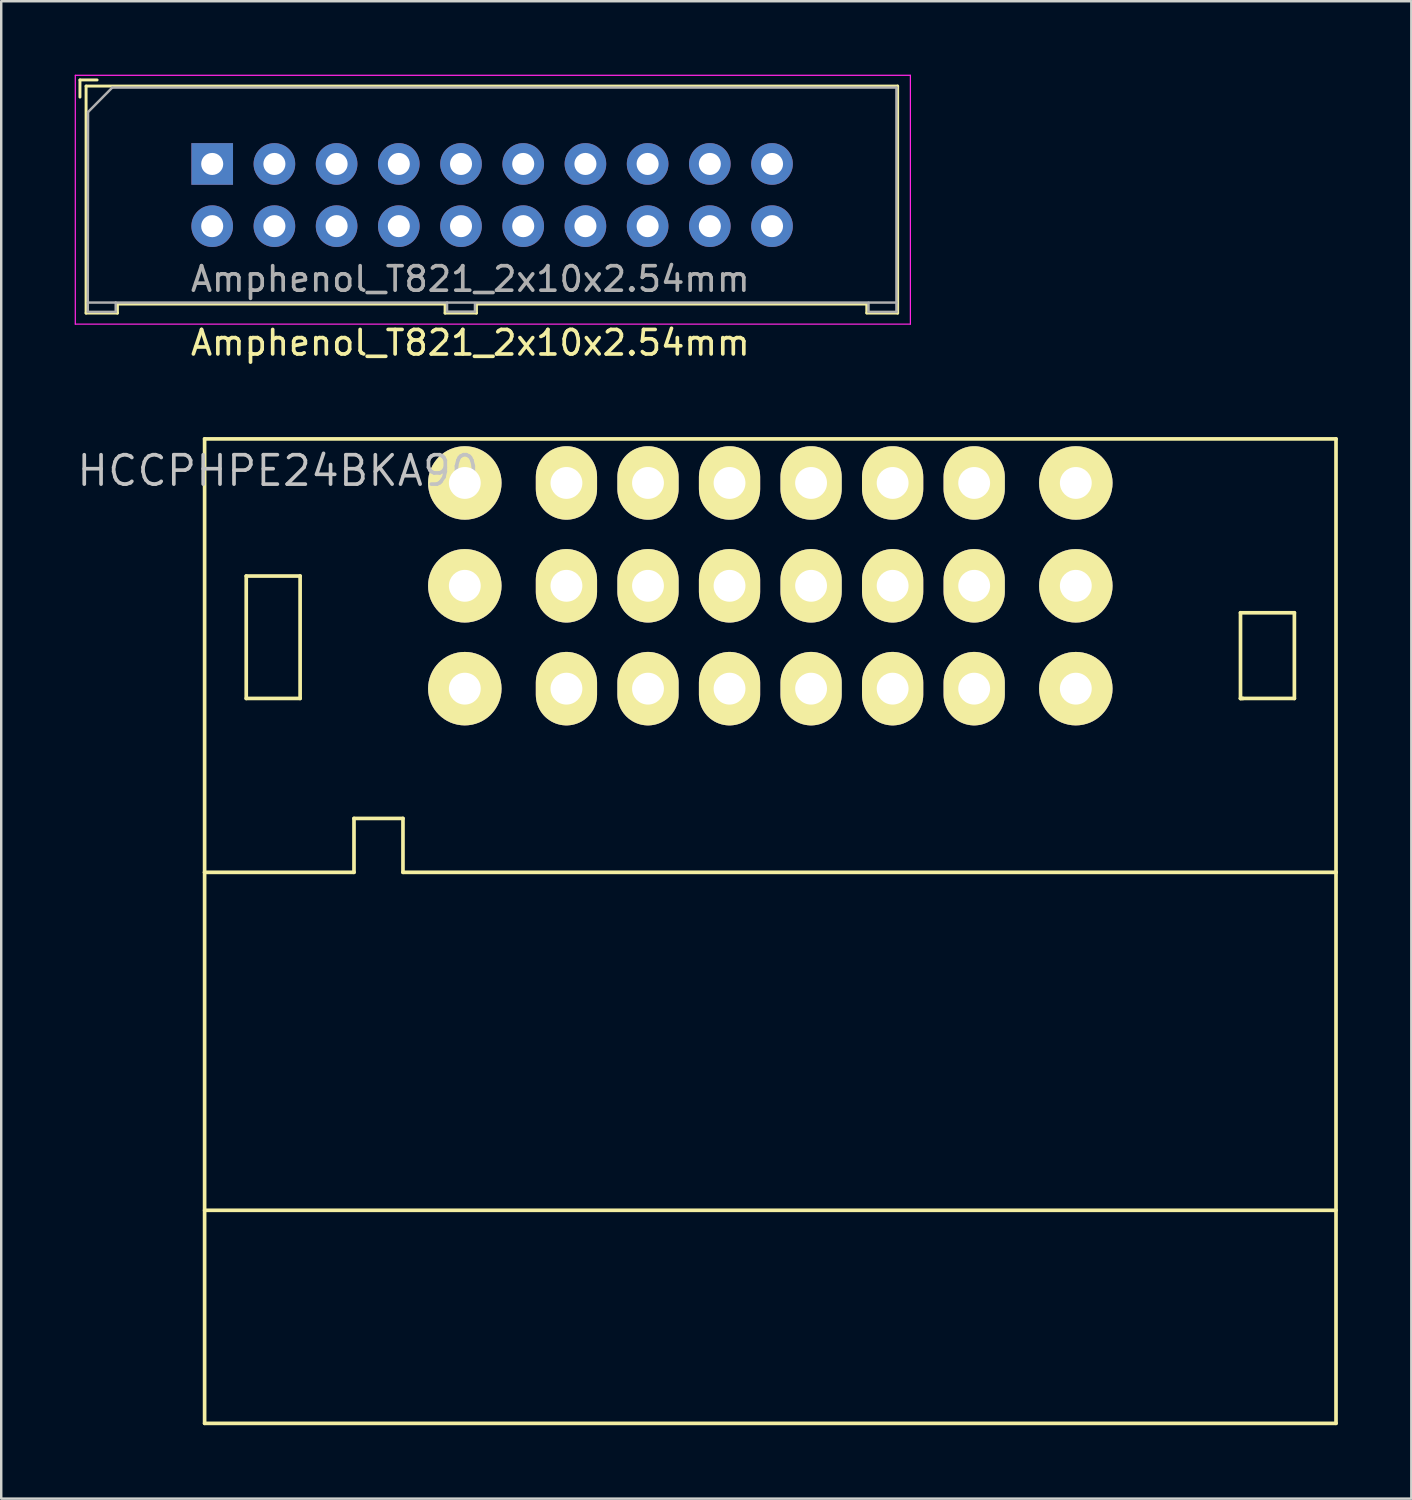
<source format=kicad_pcb>
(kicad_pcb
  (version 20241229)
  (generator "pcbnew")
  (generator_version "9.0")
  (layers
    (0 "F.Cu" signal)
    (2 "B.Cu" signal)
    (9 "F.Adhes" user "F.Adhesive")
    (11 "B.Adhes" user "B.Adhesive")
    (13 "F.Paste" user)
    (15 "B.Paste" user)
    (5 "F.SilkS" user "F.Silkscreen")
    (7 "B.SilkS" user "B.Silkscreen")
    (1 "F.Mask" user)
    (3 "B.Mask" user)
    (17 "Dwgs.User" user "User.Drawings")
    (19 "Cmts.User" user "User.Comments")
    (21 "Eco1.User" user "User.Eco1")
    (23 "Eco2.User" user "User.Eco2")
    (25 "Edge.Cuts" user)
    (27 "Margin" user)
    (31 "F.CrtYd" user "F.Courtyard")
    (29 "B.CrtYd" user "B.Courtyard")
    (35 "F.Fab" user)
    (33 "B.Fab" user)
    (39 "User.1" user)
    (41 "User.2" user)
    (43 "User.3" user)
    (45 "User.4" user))
  (footprint "HCCPHPE24BKA90"
    (layer "F.Cu")
    (at 28.405 20.871)
    (property "Reference" "HCCPHPE24BKA90" (at -20.1 -4.7 0) (layer "Dwgs.User") (effects (font (size 1.2 1.2) (thickness 0.15))))
    (attr through_hole)
    (fp_line (start -23.1 -6) (end 23.1 -6) (stroke (width 0.15) (type solid)) (layer "F.SilkS"))
    (fp_line (start -23.1 11.7) (end -23.1 -6) (stroke (width 0.15) (type solid)) (layer "F.SilkS"))
    (fp_line (start -23.1 11.7) (end -23.1 34.2) (stroke (width 0.15) (type solid)) (layer "F.SilkS"))
    (fp_line (start -23.1 11.7) (end -17 11.7) (stroke (width 0.15) (type solid)) (layer "F.SilkS"))
    (fp_line (start -23.1 34.2) (end 23.1 34.2) (stroke (width 0.15) (type solid)) (layer "F.SilkS"))
    (fp_line (start -21.4 -0.4) (end -19.2 -0.4) (stroke (width 0.15) (type solid)) (layer "F.SilkS"))
    (fp_line (start -21.4 4.6) (end -21.4 -0.4) (stroke (width 0.15) (type solid)) (layer "F.SilkS"))
    (fp_line (start -19.2 -0.4) (end -19.2 4.6) (stroke (width 0.15) (type solid)) (layer "F.SilkS"))
    (fp_line (start -19.2 4.6) (end -21.4 4.6) (stroke (width 0.15) (type solid)) (layer "F.SilkS"))
    (fp_line (start -17 9.5) (end -17 11.7) (stroke (width 0.15) (type solid)) (layer "F.SilkS"))
    (fp_line (start -15 9.5) (end -17 9.5) (stroke (width 0.15) (type solid)) (layer "F.SilkS"))
    (fp_line (start -15 11.7) (end -15 9.5) (stroke (width 0.15) (type solid)) (layer "F.SilkS"))
    (fp_line (start -15 11.7) (end 23.1 11.7) (stroke (width 0.15) (type solid)) (layer "F.SilkS"))
    (fp_line (start 19.2 1.1) (end 19.2 4.6) (stroke (width 0.15) (type solid)) (layer "F.SilkS"))
    (fp_line (start 19.2 4.6) (end 19.3 4.6) (stroke (width 0.15) (type solid)) (layer "F.SilkS"))
    (fp_line (start 19.2 4.6) (end 21.4 4.6) (stroke (width 0.15) (type solid)) (layer "F.SilkS"))
    (fp_line (start 21.4 1.1) (end 19.2 1.1) (stroke (width 0.15) (type solid)) (layer "F.SilkS"))
    (fp_line (start 21.4 4.6) (end 21.4 1.1) (stroke (width 0.15) (type solid)) (layer "F.SilkS"))
    (fp_line (start 23.1 -6) (end 23.1 11.7) (stroke (width 0.15) (type solid)) (layer "F.SilkS"))
    (fp_line (start 23.1 25.5) (end -23.1 25.5) (stroke (width 0.15) (type solid)) (layer "F.SilkS"))
    (fp_line (start 23.1 34.2) (end 23.1 11.7) (stroke (width 0.15) (type solid)) (layer "F.SilkS"))
    (pad "1A" thru_hole oval (at 12.475 -4.2 270) (size 3 3) (drill 1.3) (layers "*.Cu" "*.Mask" "F.SilkS"))
    (pad "1B" thru_hole oval (at 12.475 0 270) (size 3 3) (drill 1.3) (layers "*.Cu" "*.Mask" "F.SilkS"))
    (pad "1C" thru_hole oval (at 12.475 4.2 270) (size 3 3) (drill 1.3) (layers "*.Cu" "*.Mask" "F.SilkS"))
    (pad "2A" thru_hole oval (at 8.325 -4.2 270) (size 3 2.5) (drill 1.3) (layers "*.Cu" "*.Mask" "F.SilkS"))
    (pad "2B" thru_hole oval (at 8.325 0 270) (size 3 2.5) (drill 1.3) (layers "*.Cu" "*.Mask" "F.SilkS"))
    (pad "2C" thru_hole oval (at 8.325 4.2 270) (size 3 2.5) (drill 1.3) (layers "*.Cu" "*.Mask" "F.SilkS"))
    (pad "3A" thru_hole oval (at 4.995 -4.2 270) (size 3 2.5) (drill 1.3) (layers "*.Cu" "*.Mask" "F.SilkS"))
    (pad "3B" thru_hole oval (at 4.995 0 270) (size 3 2.5) (drill 1.3) (layers "*.Cu" "*.Mask" "F.SilkS"))
    (pad "3C" thru_hole oval (at 4.995 4.2 270) (size 3 2.5) (drill 1.3) (layers "*.Cu" "*.Mask" "F.SilkS"))
    (pad "4A" thru_hole oval (at 1.665 -4.2 270) (size 3 2.5) (drill 1.3) (layers "*.Cu" "*.Mask" "F.SilkS"))
    (pad "4B" thru_hole oval (at 1.665 0 270) (size 3 2.5) (drill 1.3) (layers "*.Cu" "*.Mask" "F.SilkS"))
    (pad "4C" thru_hole oval (at 1.665 4.2 270) (size 3 2.5) (drill 1.3) (layers "*.Cu" "*.Mask" "F.SilkS"))
    (pad "5A" thru_hole oval (at -1.665 -4.2 270) (size 3 2.5) (drill 1.3) (layers "*.Cu" "*.Mask" "F.SilkS"))
    (pad "5B" thru_hole oval (at -1.665 0 270) (size 3 2.5) (drill 1.3) (layers "*.Cu" "*.Mask" "F.SilkS"))
    (pad "5C" thru_hole oval (at -1.665 4.2 270) (size 3 2.5) (drill 1.3) (layers "*.Cu" "*.Mask" "F.SilkS"))
    (pad "6A" thru_hole oval (at -4.995 -4.2 270) (size 3 2.5) (drill 1.3) (layers "*.Cu" "*.Mask" "F.SilkS"))
    (pad "6B" thru_hole oval (at -4.995 0 270) (size 3 2.5) (drill 1.3) (layers "*.Cu" "*.Mask" "F.SilkS"))
    (pad "6C" thru_hole oval (at -4.995 4.2 270) (size 3 2.5) (drill 1.3) (layers "*.Cu" "*.Mask" "F.SilkS"))
    (pad "7A" thru_hole oval (at -8.325 -4.2 270) (size 3 2.5) (drill 1.3) (layers "*.Cu" "*.Mask" "F.SilkS"))
    (pad "7B" thru_hole oval (at -8.325 0 270) (size 3 2.5) (drill 1.3) (layers "*.Cu" "*.Mask" "F.SilkS"))
    (pad "7C" thru_hole oval (at -8.325 4.2 270) (size 3 2.5) (drill 1.3) (layers "*.Cu" "*.Mask" "F.SilkS"))
    (pad "8A" thru_hole oval (at -12.475 -4.2 270) (size 3 3) (drill 1.3) (layers "*.Cu" "*.Mask" "F.SilkS"))
    (pad "8B" thru_hole oval (at -12.475 0 270) (size 3 3) (drill 1.3) (layers "*.Cu" "*.Mask" "F.SilkS"))
    (pad "8C" thru_hole oval (at -12.475 4.2 270) (size 3 3) (drill 1.3) (layers "*.Cu" "*.Mask" "F.SilkS")))
  (footprint "Amphenol_T821_2x10x2.54mm"
    (layer "F.Cu")
    (at 5.615 3.645)
    (property "Reference" "Amphenol_T821_2x10x2.54mm" (at 10.541 7.303 0) (layer "F.SilkS") (effects (font (size 1 1) (thickness 0.15))))
    (attr through_hole)
    (fp_line (start -5.4 -3.43) (end -5.4 -2.73) (stroke (width 0.12) (type solid)) (layer "F.SilkS"))
    (fp_line (start -5.4 -3.43) (end -4.7 -3.43) (stroke (width 0.12) (type solid)) (layer "F.SilkS"))
    (fp_line (start -5.15 -3.18) (end -5.15 6.09) (stroke (width 0.12) (type solid)) (layer "F.SilkS"))
    (fp_line (start -5.15 -3.18) (end 27.99 -3.18) (stroke (width 0.12) (type solid)) (layer "F.SilkS"))
    (fp_line (start -5.15 6.09) (end -3.87 6.09) (stroke (width 0.12) (type solid)) (layer "F.SilkS"))
    (fp_line (start -3.87 5.72) (end -3.87 6.09) (stroke (width 0.12) (type solid)) (layer "F.SilkS"))
    (fp_line (start 9.51 5.72) (end -3.87 5.72) (stroke (width 0.12) (type solid)) (layer "F.SilkS"))
    (fp_line (start 9.51 6.09) (end 9.51 5.72) (stroke (width 0.12) (type solid)) (layer "F.SilkS"))
    (fp_line (start 9.51 6.09) (end 10.79 6.09) (stroke (width 0.12) (type solid)) (layer "F.SilkS"))
    (fp_line (start 10.79 6.09) (end 10.79 5.72) (stroke (width 0.12) (type solid)) (layer "F.SilkS"))
    (fp_line (start 26.73 5.72) (end 10.79 5.72) (stroke (width 0.12) (type solid)) (layer "F.SilkS"))
    (fp_line (start 26.73 5.72) (end 26.73 6.08) (stroke (width 0.12) (type solid)) (layer "F.SilkS"))
    (fp_line (start 26.73 6.09) (end 27.99 6.09) (stroke (width 0.12) (type solid)) (layer "F.SilkS"))
    (fp_line (start 27.99 -3.18) (end 27.99 6.09) (stroke (width 0.12) (type solid)) (layer "F.SilkS"))
    (fp_line (start -5.59 -3.62) (end 28.51 -3.62) (stroke (width 0.05) (type solid)) (layer "F.CrtYd"))
    (fp_line (start -5.59 6.54) (end -5.59 -3.62) (stroke (width 0.05) (type solid)) (layer "F.CrtYd"))
    (fp_line (start -5.59 6.54) (end 28.51 6.54) (stroke (width 0.05) (type solid)) (layer "F.CrtYd"))
    (fp_line (start 28.51 6.54) (end 28.51 -3.62) (stroke (width 0.05) (type solid)) (layer "F.CrtYd"))
    (fp_line (start -5.08 5.66) (end 27.94 5.66) (stroke (width 0.1) (type solid)) (layer "F.Fab"))
    (fp_line (start -5.08 6.04) (end -3.94 6.04) (stroke (width 0.1) (type solid)) (layer "F.Fab"))
    (fp_line (start -5.07 -2.12) (end -5.08 6.04) (stroke (width 0.1) (type solid)) (layer "F.Fab"))
    (fp_line (start -4.08 -3.12) (end -5.07 -2.12) (stroke (width 0.1) (type solid)) (layer "F.Fab"))
    (fp_line (start -3.94 6.04) (end -3.94 5.66) (stroke (width 0.1) (type solid)) (layer "F.Fab"))
    (fp_line (start 9.59 6.03) (end 9.59 5.66) (stroke (width 0.1) (type solid)) (layer "F.Fab"))
    (fp_line (start 9.59 6.03) (end 10.73 6.03) (stroke (width 0.1) (type solid)) (layer "F.Fab"))
    (fp_line (start 10.73 6.03) (end 10.73 5.68) (stroke (width 0.1) (type solid)) (layer "F.Fab"))
    (fp_line (start 26.8 6.04) (end 26.8 5.67) (stroke (width 0.1) (type solid)) (layer "F.Fab"))
    (fp_line (start 27.94 -3.12) (end -4.08 -3.12) (stroke (width 0.1) (type solid)) (layer "F.Fab"))
    (fp_line (start 27.94 6.04) (end 26.8 6.04) (stroke (width 0.1) (type solid)) (layer "F.Fab"))
    (fp_line (start 27.94 6.04) (end 27.94 -3.12) (stroke (width 0.1) (type solid)) (layer "F.Fab"))
    (fp_text user "${REFERENCE}" (at 10.541 4.699 0) (layer "F.Fab") (effects (font (size 1 1) (thickness 0.15))))
    (pad "1" thru_hole rect (at 0 0) (size 1.7 1.7) (drill 0.9) (layers "*.Cu" "*.Mask"))
    (pad "2" thru_hole circle (at 0 2.54) (size 1.7 1.7) (drill 0.9) (layers "*.Cu" "*.Mask"))
    (pad "3" thru_hole circle (at 2.54 0) (size 1.7 1.7) (drill 0.9) (layers "*.Cu" "*.Mask"))
    (pad "4" thru_hole circle (at 2.54 2.54) (size 1.7 1.7) (drill 0.9) (layers "*.Cu" "*.Mask"))
    (pad "5" thru_hole circle (at 5.08 0) (size 1.7 1.7) (drill 0.9) (layers "*.Cu" "*.Mask"))
    (pad "6" thru_hole circle (at 5.08 2.54) (size 1.7 1.7) (drill 0.9) (layers "*.Cu" "*.Mask"))
    (pad "7" thru_hole circle (at 7.62 0) (size 1.7 1.7) (drill 0.9) (layers "*.Cu" "*.Mask"))
    (pad "8" thru_hole circle (at 7.62 2.54) (size 1.7 1.7) (drill 0.9) (layers "*.Cu" "*.Mask"))
    (pad "9" thru_hole circle (at 10.16 0) (size 1.7 1.7) (drill 0.9) (layers "*.Cu" "*.Mask"))
    (pad "10" thru_hole circle (at 10.16 2.54) (size 1.7 1.7) (drill 0.9) (layers "*.Cu" "*.Mask"))
    (pad "11" thru_hole circle (at 12.7 0) (size 1.7 1.7) (drill 0.9) (layers "*.Cu" "*.Mask"))
    (pad "12" thru_hole circle (at 12.7 2.54) (size 1.7 1.7) (drill 0.9) (layers "*.Cu" "*.Mask"))
    (pad "13" thru_hole circle (at 15.24 0) (size 1.7 1.7) (drill 0.9) (layers "*.Cu" "*.Mask"))
    (pad "14" thru_hole circle (at 15.24 2.54) (size 1.7 1.7) (drill 0.9) (layers "*.Cu" "*.Mask"))
    (pad "15" thru_hole circle (at 17.78 0) (size 1.7 1.7) (drill 0.9) (layers "*.Cu" "*.Mask"))
    (pad "16" thru_hole circle (at 17.78 2.54) (size 1.7 1.7) (drill 0.9) (layers "*.Cu" "*.Mask"))
    (pad "17" thru_hole circle (at 20.32 0) (size 1.7 1.7) (drill 0.9) (layers "*.Cu" "*.Mask"))
    (pad "18" thru_hole circle (at 20.32 2.54) (size 1.7 1.7) (drill 0.9) (layers "*.Cu" "*.Mask"))
    (pad "19" thru_hole circle (at 22.86 0) (size 1.7 1.7) (drill 0.9) (layers "*.Cu" "*.Mask"))
    (pad "20" thru_hole circle (at 22.86 2.54) (size 1.7 1.7) (drill 0.9) (layers "*.Cu" "*.Mask")))
  (gr_rect
    (start -3 -3)
    (end 54.58 58.146)
    (stroke (width 0.1) (type default))
    (fill no)
    (layer "Edge.Cuts")))
</source>
